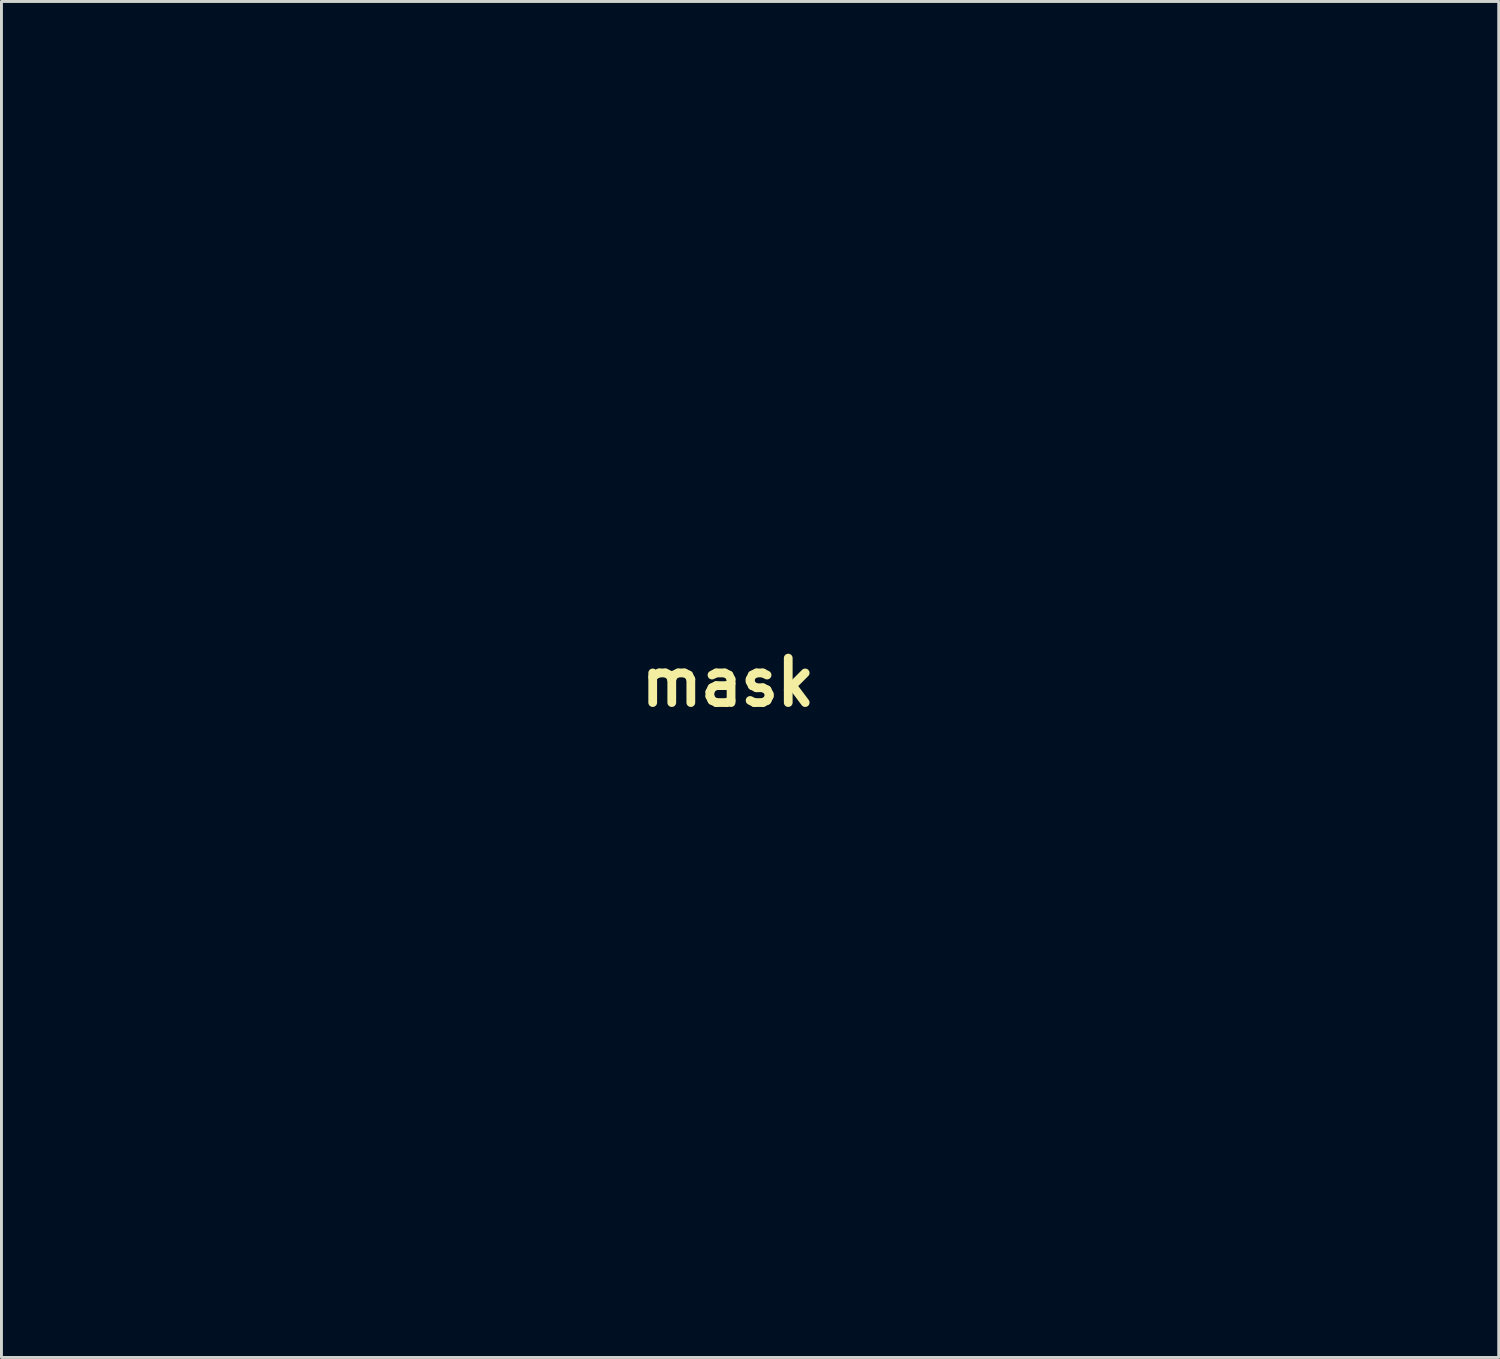
<source format=kicad_pcb>
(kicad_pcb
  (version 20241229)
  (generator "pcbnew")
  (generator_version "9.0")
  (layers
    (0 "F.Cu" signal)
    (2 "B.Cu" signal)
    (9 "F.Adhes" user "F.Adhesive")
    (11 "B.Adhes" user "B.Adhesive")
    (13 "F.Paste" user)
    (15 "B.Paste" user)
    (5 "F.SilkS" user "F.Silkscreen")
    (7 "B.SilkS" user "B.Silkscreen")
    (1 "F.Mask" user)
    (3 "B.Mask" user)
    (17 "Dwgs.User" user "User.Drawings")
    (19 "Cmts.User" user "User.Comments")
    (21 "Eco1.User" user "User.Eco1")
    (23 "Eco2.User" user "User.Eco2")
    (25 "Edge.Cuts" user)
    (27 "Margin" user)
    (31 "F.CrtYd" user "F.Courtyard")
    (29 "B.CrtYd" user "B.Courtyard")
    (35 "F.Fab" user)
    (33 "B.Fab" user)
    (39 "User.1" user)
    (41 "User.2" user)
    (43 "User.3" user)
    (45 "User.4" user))
  (footprint "mask"
    (layer "F.Cu")
    (at 21.897 20.34)
    (property "Reference" "mask" (at 0 0 0) (layer "F.SilkS") (effects (font (size 1.524 1.524) (thickness 0.3))))
    (attr board_only exclude_from_pos_files exclude_from_bom)
    (fp_poly (pts (xy -21.492 -5.749) (xy -21.347 -5.658) (xy -21.25 -5.483) (xy -21.204 -5.229) (xy -21.2 -5.113) (xy -21.209 -4.92) (xy -21.24 -4.795) (xy -21.3 -4.709) (xy -21.445 -4.622) (xy -21.6 -4.631) (xy -21.751 -4.735) (xy -21.752 -4.736) (xy -21.837 -4.878) (xy -21.885 -5.063) (xy -21.897 -5.266) (xy -21.875 -5.461) (xy -21.821 -5.624) (xy -21.737 -5.73) (xy -21.682 -5.753)) (stroke (width 0) (type solid)) (fill yes) (layer "F.Mask"))
    (fp_poly (pts (xy -16.52 18.979) (xy -16.391 19.085) (xy -16.287 19.227) (xy -16.255 19.301) (xy -16.191 19.571) (xy -16.182 19.802) (xy -16.225 19.98) (xy -16.319 20.089) (xy -16.369 20.11) (xy -16.496 20.134) (xy -16.595 20.116) (xy -16.711 20.053) (xy -16.842 19.941) (xy -16.913 19.794) (xy -16.931 19.592) (xy -16.907 19.359) (xy -16.864 19.146) (xy -16.811 19.017) (xy -16.735 18.953) (xy -16.644 18.938)) (stroke (width 0) (type solid)) (fill yes) (layer "F.Mask"))
    (fp_poly (pts (xy 10.593 18.809) (xy 10.679 18.844) (xy 10.822 18.946) (xy 10.907 19.097) (xy 10.939 19.313) (xy 10.937 19.477) (xy 10.914 19.688) (xy 10.87 19.824) (xy 10.823 19.887) (xy 10.655 19.993) (xy 10.471 20.014) (xy 10.351 19.976) (xy 10.204 19.848) (xy 10.121 19.646) (xy 10.101 19.429) (xy 10.12 19.181) (xy 10.186 19.007) (xy 10.307 18.889) (xy 10.367 18.856) (xy 10.495 18.806)) (stroke (width 0) (type solid)) (fill yes) (layer "F.Mask"))
    (fp_poly (pts (xy 8.892 -14.353) (xy 8.954 -14.315) (xy 9.109 -14.179) (xy 9.211 -14.005) (xy 9.27 -13.772) (xy 9.291 -13.562) (xy 9.283 -13.263) (xy 9.226 -13.006) (xy 9.129 -12.801) (xy 9 -12.658) (xy 8.849 -12.586) (xy 8.682 -12.595) (xy 8.535 -12.676) (xy 8.379 -12.856) (xy 8.272 -13.096) (xy 8.215 -13.37) (xy 8.21 -13.653) (xy 8.258 -13.92) (xy 8.36 -14.144) (xy 8.443 -14.243) (xy 8.603 -14.365) (xy 8.744 -14.4)) (stroke (width 0) (type solid)) (fill yes) (layer "F.Mask"))
    (fp_poly (pts (xy 20.698 16.066) (xy 20.802 16.108) (xy 20.959 16.242) (xy 21.08 16.448) (xy 21.157 16.705) (xy 21.186 16.988) (xy 21.16 17.276) (xy 21.133 17.389) (xy 21.012 17.671) (xy 20.842 17.876) (xy 20.634 17.998) (xy 20.396 18.032) (xy 20.14 17.972) (xy 20.123 17.965) (xy 19.91 17.821) (xy 19.752 17.614) (xy 19.652 17.361) (xy 19.609 17.084) (xy 19.626 16.803) (xy 19.703 16.536) (xy 19.841 16.304) (xy 20.015 16.144) (xy 20.218 16.058) (xy 20.46 16.032)) (stroke (width 0) (type solid)) (fill yes) (layer "F.Mask"))
    (fp_poly (pts (xy 19.112 -9.767) (xy 19.319 -9.639) (xy 19.471 -9.443) (xy 19.481 -9.424) (xy 19.525 -9.261) (xy 19.544 -9.038) (xy 19.539 -8.788) (xy 19.511 -8.546) (xy 19.463 -8.348) (xy 19.436 -8.286) (xy 19.283 -8.089) (xy 19.079 -7.972) (xy 18.844 -7.939) (xy 18.594 -7.998) (xy 18.566 -8.011) (xy 18.351 -8.161) (xy 18.193 -8.372) (xy 18.092 -8.624) (xy 18.05 -8.895) (xy 18.071 -9.165) (xy 18.156 -9.414) (xy 18.308 -9.62) (xy 18.392 -9.689) (xy 18.626 -9.797) (xy 18.874 -9.822)) (stroke (width 0) (type solid)) (fill yes) (layer "F.Mask"))
    (fp_poly (pts (xy 14.353 17.681) (xy 14.475 17.75) (xy 14.606 17.879) (xy 14.756 18.092) (xy 14.852 18.342) (xy 14.903 18.652) (xy 14.913 18.837) (xy 14.908 19.15) (xy 14.869 19.39) (xy 14.789 19.581) (xy 14.69 19.717) (xy 14.461 19.918) (xy 14.213 20.024) (xy 13.953 20.034) (xy 13.711 19.956) (xy 13.502 19.798) (xy 13.353 19.56) (xy 13.264 19.241) (xy 13.234 18.842) (xy 13.234 18.837) (xy 13.267 18.48) (xy 13.364 18.174) (xy 13.514 17.929) (xy 13.712 17.755) (xy 13.951 17.659) (xy 14.196 17.649)) (stroke (width 0) (type solid)) (fill yes) (layer "F.Mask"))
    (fp_poly (pts (xy 3.327 4.851) (xy 3.336 5.668) (xy 3.369 6.401) (xy 3.424 7.064) (xy 3.505 7.672) (xy 3.612 8.237) (xy 3.647 8.391) (xy 3.695 8.624) (xy 3.71 8.775) (xy 3.691 8.853) (xy 3.69 8.855) (xy 3.595 8.901) (xy 3.436 8.912) (xy 3.244 8.889) (xy 3.08 8.843) (xy 2.907 8.765) (xy 2.784 8.66) (xy 2.691 8.505) (xy 2.609 8.277) (xy 2.598 8.239) (xy 2.503 7.891) (xy 2.43 7.564) (xy 2.372 7.225) (xy 2.324 6.843) (xy 2.291 6.513) (xy 2.25 5.98) (xy 2.232 5.532) (xy 2.24 5.156) (xy 2.275 4.84) (xy 2.337 4.569) (xy 2.428 4.332) (xy 2.539 4.133) (xy 2.678 3.948) (xy 2.858 3.757) (xy 3.045 3.591) (xy 3.202 3.483) (xy 3.328 3.415)) (stroke (width 0) (type solid)) (fill yes) (layer "F.Mask"))
    (fp_poly (pts (xy 12.211 -14.115) (xy 12.385 -14.084) (xy 12.522 -14.014) (xy 12.651 -13.902) (xy 12.757 -13.791) (xy 12.825 -13.709) (xy 12.839 -13.682) (xy 12.853 -13.619) (xy 12.892 -13.511) (xy 12.933 -13.336) (xy 12.948 -13.1) (xy 12.936 -12.84) (xy 12.9 -12.59) (xy 12.873 -12.484) (xy 12.753 -12.218) (xy 12.606 -12.024) (xy 12.481 -11.904) (xy 12.377 -11.844) (xy 12.252 -11.824) (xy 12.19 -11.823) (xy 11.929 -11.868) (xy 11.795 -11.936) (xy 11.667 -12.052) (xy 11.546 -12.21) (xy 11.509 -12.275) (xy 11.452 -12.396) (xy 11.42 -12.512) (xy 11.407 -12.651) (xy 11.41 -12.846) (xy 11.415 -12.95) (xy 11.45 -13.308) (xy 11.52 -13.587) (xy 11.631 -13.807) (xy 11.788 -13.982) (xy 11.91 -14.078) (xy 12.017 -14.119) (xy 12.158 -14.12)) (stroke (width 0) (type solid)) (fill yes) (layer "F.Mask"))
    (fp_poly (pts (xy 1.476 5.398) (xy 1.493 5.532) (xy 1.501 5.713) (xy 1.501 5.752) (xy 1.509 5.976) (xy 1.532 6.276) (xy 1.566 6.628) (xy 1.609 7.01) (xy 1.657 7.399) (xy 1.709 7.772) (xy 1.761 8.106) (xy 1.81 8.378) (xy 1.827 8.454) (xy 1.837 8.522) (xy 1.821 8.553) (xy 1.763 8.545) (xy 1.65 8.495) (xy 1.465 8.401) (xy 1.425 8.379) (xy 1.226 8.253) (xy 0.995 8.073) (xy 0.752 7.86) (xy 0.52 7.634) (xy 0.319 7.414) (xy 0.171 7.222) (xy 0.128 7.152) (xy 0.075 7.027) (xy 0.066 6.912) (xy 0.107 6.79) (xy 0.207 6.644) (xy 0.372 6.456) (xy 0.462 6.362) (xy 0.658 6.155) (xy 0.869 5.926) (xy 1.058 5.715) (xy 1.117 5.648) (xy 1.251 5.501) (xy 1.364 5.393) (xy 1.438 5.34) (xy 1.454 5.338)) (stroke (width 0) (type solid)) (fill yes) (layer "F.Mask"))
    (fp_poly (pts (xy -12.565 7.672) (xy -12.56 7.676) (xy -12.443 7.745) (xy -12.279 7.839) (xy -12.14 7.918) (xy -11.824 8.118) (xy -11.586 8.319) (xy -11.435 8.514) (xy -11.397 8.6) (xy -11.359 8.842) (xy -11.377 9.137) (xy -11.445 9.461) (xy -11.558 9.789) (xy -11.71 10.097) (xy -11.757 10.173) (xy -11.873 10.334) (xy -11.965 10.406) (xy -12.044 10.395) (xy -12.123 10.305) (xy -12.123 10.305) (xy -12.171 10.211) (xy -12.235 10.062) (xy -12.301 9.893) (xy -12.356 9.738) (xy -12.386 9.632) (xy -12.388 9.619) (xy -12.398 9.558) (xy -12.419 9.437) (xy -12.427 9.393) (xy -12.454 9.246) (xy -12.474 9.134) (xy -12.477 9.118) (xy -12.496 9.031) (xy -12.531 8.883) (xy -12.566 8.742) (xy -12.619 8.514) (xy -12.666 8.274) (xy -12.703 8.044) (xy -12.729 7.845) (xy -12.739 7.7) (xy -12.73 7.629) (xy -12.729 7.628) (xy -12.667 7.627)) (stroke (width 0) (type solid)) (fill yes) (layer "F.Mask"))
    (fp_poly (pts (xy 5.189 1.817) (xy 5.191 1.987) (xy 5.186 2.226) (xy 5.176 2.505) (xy 5.161 2.793) (xy 5.159 2.831) (xy 5.145 3.091) (xy 5.133 3.426) (xy 5.122 3.809) (xy 5.113 4.214) (xy 5.107 4.616) (xy 5.106 4.765) (xy 5.117 5.646) (xy 5.163 6.454) (xy 5.243 7.183) (xy 5.358 7.827) (xy 5.404 8.024) (xy 5.449 8.212) (xy 5.483 8.364) (xy 5.499 8.453) (xy 5.5 8.461) (xy 5.456 8.516) (xy 5.342 8.584) (xy 5.185 8.653) (xy 5.012 8.713) (xy 4.849 8.751) (xy 4.818 8.755) (xy 4.683 8.764) (xy 4.607 8.736) (xy 4.551 8.65) (xy 4.532 8.61) (xy 4.448 8.408) (xy 4.375 8.183) (xy 4.314 7.926) (xy 4.263 7.629) (xy 4.221 7.282) (xy 4.187 6.877) (xy 4.16 6.405) (xy 4.139 5.856) (xy 4.123 5.223) (xy 4.115 4.726) (xy 4.086 2.664) (xy 4.197 2.485) (xy 4.278 2.379) (xy 4.415 2.228) (xy 4.586 2.054) (xy 4.741 1.906) (xy 5.175 1.505)) (stroke (width 0) (type solid)) (fill yes) (layer "F.Mask"))
    (fp_poly (pts (xy -14.367 6.394) (xy -14.193 6.478) (xy -14.014 6.594) (xy -13.887 6.701) (xy -13.788 6.807) (xy -13.705 6.921) (xy -13.636 7.055) (xy -13.577 7.221) (xy -13.526 7.432) (xy -13.478 7.699) (xy -13.431 8.034) (xy -13.382 8.45) (xy -13.351 8.735) (xy -13.294 9.086) (xy -13.19 9.509) (xy -13.039 10.006) (xy -12.838 10.584) (xy -12.745 10.833) (xy -12.684 11.021) (xy -12.679 11.149) (xy -12.743 11.245) (xy -12.884 11.338) (xy -12.957 11.376) (xy -13.125 11.45) (xy -13.24 11.463) (xy -13.329 11.411) (xy -13.391 11.335) (xy -13.463 11.21) (xy -13.552 11.026) (xy -13.643 10.817) (xy -13.72 10.619) (xy -13.768 10.467) (xy -13.773 10.447) (xy -13.799 10.341) (xy -13.843 10.184) (xy -13.869 10.095) (xy -13.917 9.924) (xy -13.954 9.772) (xy -13.965 9.719) (xy -13.991 9.591) (xy -14.012 9.519) (xy -14.129 9.14) (xy -14.237 8.666) (xy -14.336 8.102) (xy -14.425 7.454) (xy -14.474 7.014) (xy -14.496 6.816) (xy -14.52 6.626) (xy -14.531 6.55) (xy -14.538 6.414) (xy -14.506 6.363) (xy -14.503 6.363)) (stroke (width 0) (type solid)) (fill yes) (layer "F.Mask"))
    (fp_poly (pts (xy -15.866 5.206) (xy -15.693 5.312) (xy -15.623 5.369) (xy -15.517 5.468) (xy -15.434 5.565) (xy -15.371 5.674) (xy -15.325 5.81) (xy -15.291 5.989) (xy -15.265 6.224) (xy -15.244 6.532) (xy -15.225 6.871) (xy -15.197 7.297) (xy -15.154 7.726) (xy -15.093 8.184) (xy -15.01 8.693) (xy -14.919 9.193) (xy -14.881 9.363) (xy -14.818 9.598) (xy -14.737 9.879) (xy -14.644 10.185) (xy -14.547 10.497) (xy -14.45 10.795) (xy -14.36 11.058) (xy -14.284 11.267) (xy -14.227 11.401) (xy -14.223 11.41) (xy -14.183 11.526) (xy -14.184 11.604) (xy -14.25 11.65) (xy -14.382 11.668) (xy -14.55 11.656) (xy -14.723 11.613) (xy -14.725 11.613) (xy -14.867 11.548) (xy -14.98 11.454) (xy -15.078 11.314) (xy -15.171 11.111) (xy -15.272 10.827) (xy -15.272 10.827) (xy -15.513 10.025) (xy -15.731 9.16) (xy -15.918 8.267) (xy -16.067 7.382) (xy -16.101 7.139) (xy -16.136 6.819) (xy -16.162 6.488) (xy -16.178 6.162) (xy -16.183 5.858) (xy -16.178 5.593) (xy -16.163 5.383) (xy -16.137 5.247) (xy -16.116 5.206) (xy -16.013 5.169)) (stroke (width 0) (type solid)) (fill yes) (layer "F.Mask"))
    (fp_poly (pts (xy 6.223 1.694) (xy 6.349 1.825) (xy 6.488 2.005) (xy 6.629 2.22) (xy 6.761 2.457) (xy 6.798 2.53) (xy 6.929 2.812) (xy 7.025 3.045) (xy 7.084 3.215) (xy 7.099 3.312) (xy 7.097 3.319) (xy 7.11 3.369) (xy 7.146 3.471) (xy 7.193 3.616) (xy 7.23 3.786) (xy 7.261 4.01) (xy 7.278 4.158) (xy 7.301 4.39) (xy 7.315 4.587) (xy 7.32 4.769) (xy 7.315 4.959) (xy 7.299 5.179) (xy 7.272 5.452) (xy 7.232 5.8) (xy 7.227 5.847) (xy 7.15 6.223) (xy 7.01 6.638) (xy 6.818 7.064) (xy 6.587 7.475) (xy 6.343 7.823) (xy 6.211 7.991) (xy 6.158 7.79) (xy 6.076 7.422) (xy 6.006 6.996) (xy 5.954 6.554) (xy 5.929 6.212) (xy 5.904 5.69) (xy 5.884 5.252) (xy 5.871 4.88) (xy 5.863 4.56) (xy 5.861 4.273) (xy 5.864 4.004) (xy 5.873 3.736) (xy 5.888 3.453) (xy 5.908 3.138) (xy 5.924 2.906) (xy 5.95 2.564) (xy 5.977 2.255) (xy 6.003 1.993) (xy 6.026 1.792) (xy 6.045 1.666) (xy 6.056 1.631) (xy 6.122 1.625)) (stroke (width 0) (type solid)) (fill yes) (layer "F.Mask"))
    (fp_poly (pts (xy -16.986 4.503) (xy -16.967 4.572) (xy -16.951 4.735) (xy -16.938 4.985) (xy -16.928 5.316) (xy -16.922 5.721) (xy -16.922 5.722) (xy -16.918 6.069) (xy -16.911 6.394) (xy -16.902 6.682) (xy -16.892 6.913) (xy -16.882 7.07) (xy -16.877 7.114) (xy -16.859 7.24) (xy -16.829 7.442) (xy -16.792 7.699) (xy -16.751 7.989) (xy -16.722 8.191) (xy -16.671 8.547) (xy -16.631 8.82) (xy -16.599 9.026) (xy -16.573 9.183) (xy -16.549 9.307) (xy -16.524 9.414) (xy -16.496 9.522) (xy -16.468 9.619) (xy -16.422 9.784) (xy -16.387 9.917) (xy -16.374 9.97) (xy -16.352 10.048) (xy -16.306 10.196) (xy -16.244 10.39) (xy -16.203 10.516) (xy -16.139 10.716) (xy -16.092 10.879) (xy -16.068 10.981) (xy -16.067 11.005) (xy -16.114 10.989) (xy -16.222 10.928) (xy -16.368 10.835) (xy -16.392 10.819) (xy -16.733 10.548) (xy -17.03 10.217) (xy -17.296 9.809) (xy -17.385 9.644) (xy -17.48 9.456) (xy -17.554 9.307) (xy -17.596 9.214) (xy -17.602 9.193) (xy -17.612 9.152) (xy -17.654 9.047) (xy -17.696 8.952) (xy -17.841 8.536) (xy -17.936 8.058) (xy -17.98 7.539) (xy -17.973 7.005) (xy -17.916 6.477) (xy -17.808 5.979) (xy -17.677 5.598) (xy -17.627 5.471) (xy -17.598 5.385) (xy -17.596 5.373) (xy -17.572 5.313) (xy -17.514 5.19) (xy -17.431 5.029) (xy -17.418 5.004) (xy -17.268 4.738) (xy -17.144 4.567) (xy -17.048 4.491)) (stroke (width 0) (type solid)) (fill yes) (layer "F.Mask"))
    (fp_poly (pts (xy -15.579 -16.273) (xy -15.587 -16.107) (xy -15.613 -15.843) (xy -15.657 -15.48) (xy -15.718 -15.019) (xy -15.767 -14.67) (xy -15.843 -14.128) (xy -15.906 -13.667) (xy -15.959 -13.271) (xy -16.003 -12.922) (xy -16.04 -12.601) (xy -16.074 -12.293) (xy -16.105 -11.98) (xy -16.125 -11.769) (xy -16.138 -11.576) (xy -16.148 -11.317) (xy -16.154 -11.014) (xy -16.158 -10.689) (xy -16.158 -10.361) (xy -16.155 -10.053) (xy -16.148 -9.785) (xy -16.138 -9.578) (xy -16.128 -9.465) (xy -16.019 -9.005) (xy -15.846 -8.597) (xy -15.616 -8.252) (xy -15.381 -8.02) (xy -15.208 -7.895) (xy -15.019 -7.786) (xy -14.799 -7.689) (xy -14.535 -7.597) (xy -14.21 -7.506) (xy -13.811 -7.41) (xy -13.479 -7.338) (xy -13.271 -7.289) (xy -13.126 -7.238) (xy -13.008 -7.164) (xy -12.881 -7.05) (xy -12.826 -6.996) (xy -12.493 -6.594) (xy -12.246 -6.141) (xy -12.086 -5.641) (xy -12.013 -5.094) (xy -12.027 -4.503) (xy -12.072 -4.164) (xy -12.151 -3.778) (xy -12.261 -3.38) (xy -12.392 -2.987) (xy -12.539 -2.621) (xy -12.692 -2.3) (xy -12.845 -2.044) (xy -12.96 -1.9) (xy -13.083 -1.783) (xy -13.186 -1.725) (xy -13.312 -1.707) (xy -13.387 -1.706) (xy -13.53 -1.721) (xy -13.739 -1.759) (xy -13.987 -1.815) (xy -14.226 -1.877) (xy -15.082 -2.148) (xy -15.846 -2.459) (xy -16.521 -2.811) (xy -17.108 -3.205) (xy -17.608 -3.641) (xy -18.023 -4.121) (xy -18.353 -4.645) (xy -18.432 -4.805) (xy -18.635 -5.296) (xy -18.779 -5.796) (xy -18.868 -6.327) (xy -18.908 -6.915) (xy -18.912 -7.189) (xy -18.89 -7.774) (xy -18.828 -8.377) (xy -18.722 -9.002) (xy -18.571 -9.657) (xy -18.372 -10.347) (xy -18.124 -11.079) (xy -17.824 -11.858) (xy -17.471 -12.69) (xy -17.062 -13.582) (xy -16.595 -14.54) (xy -16.069 -15.569) (xy -15.988 -15.722) (xy -15.83 -16.015) (xy -15.71 -16.215) (xy -15.629 -16.323) (xy -15.588 -16.34)) (stroke (width 0) (type solid)) (fill yes) (layer "F.Mask"))
    (fp_poly (pts (xy -18.322 3.442) (xy -18.131 3.535) (xy -17.945 3.663) (xy -17.798 3.806) (xy -17.75 3.875) (xy -17.723 3.931) (xy -17.713 3.989) (xy -17.728 4.065) (xy -17.771 4.175) (xy -17.848 4.336) (xy -17.966 4.564) (xy -18.008 4.647) (xy -18.335 5.348) (xy -18.566 6.027) (xy -18.705 6.692) (xy -18.751 7.35) (xy -18.705 8.011) (xy -18.568 8.682) (xy -18.469 9.018) (xy -18.225 9.616) (xy -17.897 10.192) (xy -17.498 10.73) (xy -17.039 11.218) (xy -16.533 11.641) (xy -15.993 11.986) (xy -15.75 12.108) (xy -15.373 12.265) (xy -15.031 12.368) (xy -14.681 12.426) (xy -14.284 12.447) (xy -14.2 12.448) (xy -13.758 12.43) (xy -13.377 12.367) (xy -13.023 12.251) (xy -12.663 12.073) (xy -12.602 12.038) (xy -12.328 11.849) (xy -12.034 11.598) (xy -11.745 11.311) (xy -11.489 11.014) (xy -11.352 10.827) (xy -11.214 10.605) (xy -11.075 10.354) (xy -10.944 10.094) (xy -10.833 9.847) (xy -10.75 9.634) (xy -10.705 9.476) (xy -10.7 9.429) (xy -10.675 9.303) (xy -10.615 9.188) (xy -10.541 9.122) (xy -10.52 9.118) (xy -10.424 9.145) (xy -10.291 9.211) (xy -10.161 9.292) (xy -10.082 9.359) (xy -10.002 9.504) (xy -9.981 9.698) (xy -10.019 9.954) (xy -10.062 10.114) (xy -10.3 10.758) (xy -10.613 11.341) (xy -10.994 11.86) (xy -11.44 12.308) (xy -11.946 12.682) (xy -12.506 12.976) (xy -13.115 13.185) (xy -13.172 13.2) (xy -13.429 13.246) (xy -13.757 13.278) (xy -14.13 13.297) (xy -14.52 13.299) (xy -14.899 13.285) (xy -15.082 13.271) (xy -15.703 13.164) (xy -16.304 12.963) (xy -16.88 12.675) (xy -17.425 12.304) (xy -17.932 11.857) (xy -18.394 11.339) (xy -18.805 10.757) (xy -19.16 10.115) (xy -19.45 9.421) (xy -19.497 9.286) (xy -19.718 8.482) (xy -19.843 7.683) (xy -19.873 6.893) (xy -19.808 6.119) (xy -19.648 5.365) (xy -19.394 4.637) (xy -19.254 4.331) (xy -19.086 4) (xy -18.942 3.754) (xy -18.816 3.581) (xy -18.699 3.473) (xy -18.582 3.418) (xy -18.485 3.407)) (stroke (width 0) (type solid)) (fill yes) (layer "F.Mask"))
    (fp_poly (pts (xy -6.095 -20.335) (xy -6.077 -20.315) (xy -6.065 -20.271) (xy -6.06 -20.194) (xy -6.062 -20.075) (xy -6.072 -19.905) (xy -6.091 -19.676) (xy -6.118 -19.379) (xy -6.154 -19.004) (xy -6.2 -18.543) (xy -6.228 -18.261) (xy -6.269 -17.856) (xy -6.311 -17.422) (xy -6.352 -16.988) (xy -6.389 -16.586) (xy -6.419 -16.247) (xy -6.424 -16.182) (xy -6.449 -15.829) (xy -6.469 -15.437) (xy -6.484 -15.021) (xy -6.494 -14.598) (xy -6.498 -14.183) (xy -6.496 -13.795) (xy -6.489 -13.448) (xy -6.476 -13.159) (xy -6.457 -12.945) (xy -6.444 -12.865) (xy -6.32 -12.478) (xy -6.122 -12.096) (xy -5.866 -11.742) (xy -5.569 -11.437) (xy -5.247 -11.202) (xy -5.119 -11.135) (xy -4.935 -11.058) (xy -4.77 -11.017) (xy -4.577 -11.003) (xy -4.45 -11.004) (xy -4.23 -11.012) (xy -4.017 -11.028) (xy -3.861 -11.047) (xy -3.643 -11.055) (xy -3.451 -10.993) (xy -3.262 -10.852) (xy -3.147 -10.731) (xy -2.886 -10.376) (xy -2.648 -9.937) (xy -2.439 -9.427) (xy -2.264 -8.86) (xy -2.194 -8.567) (xy -2.124 -8.16) (xy -2.082 -7.714) (xy -2.068 -7.257) (xy -2.082 -6.815) (xy -2.123 -6.416) (xy -2.191 -6.089) (xy -2.306 -5.752) (xy -2.454 -5.419) (xy -2.622 -5.107) (xy -2.801 -4.836) (xy -2.978 -4.623) (xy -3.144 -4.487) (xy -3.162 -4.477) (xy -3.293 -4.434) (xy -3.49 -4.4) (xy -3.719 -4.378) (xy -3.947 -4.368) (xy -4.139 -4.376) (xy -4.225 -4.39) (xy -4.32 -4.413) (xy -4.48 -4.454) (xy -4.675 -4.503) (xy -4.716 -4.513) (xy -5.178 -4.652) (xy -5.699 -4.848) (xy -6.26 -5.095) (xy -6.575 -5.247) (xy -6.98 -5.454) (xy -7.309 -5.635) (xy -7.579 -5.8) (xy -7.806 -5.961) (xy -8.007 -6.128) (xy -8.179 -6.292) (xy -8.63 -6.814) (xy -8.998 -7.388) (xy -9.284 -8.015) (xy -9.488 -8.695) (xy -9.611 -9.429) (xy -9.651 -10.219) (xy -9.61 -11.064) (xy -9.487 -11.966) (xy -9.282 -12.925) (xy -9.156 -13.401) (xy -8.991 -13.96) (xy -8.806 -14.525) (xy -8.597 -15.108) (xy -8.359 -15.719) (xy -8.089 -16.367) (xy -7.781 -17.063) (xy -7.433 -17.817) (xy -7.039 -18.64) (xy -6.74 -19.25) (xy -6.546 -19.638) (xy -6.389 -19.937) (xy -6.269 -20.151) (xy -6.182 -20.284) (xy -6.128 -20.338) (xy -6.12 -20.34)) (stroke (width 0) (type solid)) (fill yes) (layer "F.Mask"))
    (fp_poly (pts (xy 7.364 -0.61) (xy 7.49 -0.495) (xy 7.649 -0.317) (xy 7.833 -0.09) (xy 8.033 0.175) (xy 8.239 0.466) (xy 8.444 0.77) (xy 8.639 1.075) (xy 8.815 1.37) (xy 8.963 1.642) (xy 9.033 1.787) (xy 9.315 2.465) (xy 9.521 3.13) (xy 9.659 3.808) (xy 9.733 4.524) (xy 9.75 5.132) (xy 9.716 5.879) (xy 9.61 6.568) (xy 9.427 7.219) (xy 9.162 7.849) (xy 8.808 8.477) (xy 8.685 8.667) (xy 8.491 8.925) (xy 8.237 9.217) (xy 7.946 9.522) (xy 7.64 9.817) (xy 7.342 10.08) (xy 7.073 10.287) (xy 7.05 10.303) (xy 6.437 10.672) (xy 5.787 10.971) (xy 5.115 11.196) (xy 4.436 11.342) (xy 3.766 11.406) (xy 3.12 11.383) (xy 3.042 11.374) (xy 2.343 11.235) (xy 1.658 10.999) (xy 0.995 10.669) (xy 0.369 10.255) (xy 0.082 10.025) (xy -0.206 9.769) (xy -0.483 9.501) (xy -0.736 9.232) (xy -0.953 8.978) (xy -1.123 8.75) (xy -1.233 8.562) (xy -1.264 8.476) (xy -1.266 8.317) (xy -1.218 8.116) (xy -1.132 7.907) (xy -1.022 7.726) (xy -0.993 7.689) (xy -0.839 7.562) (xy -0.682 7.513) (xy -0.542 7.546) (xy -0.478 7.602) (xy -0.246 7.888) (xy -0.056 8.11) (xy 0.106 8.288) (xy 0.258 8.438) (xy 0.415 8.577) (xy 0.423 8.585) (xy 0.938 8.968) (xy 1.489 9.272) (xy 2.094 9.504) (xy 2.461 9.606) (xy 2.777 9.66) (xy 3.158 9.691) (xy 3.573 9.698) (xy 3.99 9.683) (xy 4.377 9.646) (xy 4.704 9.586) (xy 4.745 9.576) (xy 5.385 9.357) (xy 5.961 9.063) (xy 6.474 8.691) (xy 6.834 8.346) (xy 7.1 8.039) (xy 7.321 7.735) (xy 7.503 7.418) (xy 7.652 7.071) (xy 7.776 6.679) (xy 7.88 6.225) (xy 7.973 5.692) (xy 8.003 5.488) (xy 8.046 5.172) (xy 8.074 4.929) (xy 8.088 4.731) (xy 8.088 4.552) (xy 8.077 4.364) (xy 8.057 4.163) (xy 8.021 3.889) (xy 7.974 3.605) (xy 7.922 3.353) (xy 7.897 3.254) (xy 7.778 2.898) (xy 7.603 2.493) (xy 7.386 2.064) (xy 7.139 1.637) (xy 6.972 1.378) (xy 6.76 1.053) (xy 6.586 0.769) (xy 6.456 0.536) (xy 6.375 0.362) (xy 6.35 0.264) (xy 6.386 0.187) (xy 6.48 0.064) (xy 6.616 -0.087) (xy 6.776 -0.249) (xy 6.94 -0.404) (xy 7.092 -0.535) (xy 7.213 -0.623) (xy 7.28 -0.651)) (stroke (width 0) (type solid)) (fill yes) (layer "F.Mask"))
    (fp_poly (pts (xy 18.663 -5.72) (xy 18.811 -5.682) (xy 18.929 -5.644) (xy 18.995 -5.63) (xy 19 -5.632) (xy 19.039 -5.622) (xy 19.14 -5.572) (xy 19.281 -5.495) (xy 19.439 -5.403) (xy 19.59 -5.31) (xy 19.679 -5.253) (xy 19.815 -5.148) (xy 19.972 -5.009) (xy 20.135 -4.852) (xy 20.288 -4.693) (xy 20.415 -4.549) (xy 20.501 -4.435) (xy 20.53 -4.369) (xy 20.528 -4.364) (xy 20.444 -4.319) (xy 20.278 -4.314) (xy 20.039 -4.349) (xy 19.951 -4.368) (xy 19.666 -4.397) (xy 19.337 -4.371) (xy 19.001 -4.297) (xy 18.694 -4.183) (xy 18.55 -4.105) (xy 18.442 -4.046) (xy 18.368 -4.011) (xy 18.293 -3.959) (xy 18.172 -3.856) (xy 18.023 -3.718) (xy 17.863 -3.562) (xy 17.708 -3.406) (xy 17.576 -3.266) (xy 17.485 -3.159) (xy 17.45 -3.102) (xy 17.45 -3.101) (xy 17.423 -3.038) (xy 17.354 -2.922) (xy 17.278 -2.81) (xy 17.191 -2.677) (xy 17.138 -2.579) (xy 17.129 -2.542) (xy 17.116 -2.497) (xy 17.076 -2.456) (xy 17.013 -2.382) (xy 17 -2.346) (xy 16.981 -2.275) (xy 16.934 -2.15) (xy 16.907 -2.089) (xy 16.822 -1.892) (xy 16.756 -1.735) (xy 16.725 -1.653) (xy 16.7 -1.591) (xy 16.679 -1.544) (xy 16.639 -1.435) (xy 16.629 -1.394) (xy 16.599 -1.286) (xy 16.587 -1.252) (xy 16.562 -1.171) (xy 16.523 -1.033) (xy 16.48 -0.877) (xy 16.444 -0.738) (xy 16.424 -0.655) (xy 16.423 -0.651) (xy 16.411 -0.589) (xy 16.386 -0.476) (xy 16.352 -0.314) (xy 16.324 -0.155) (xy 16.3 -0.031) (xy 16.279 0.043) (xy 16.278 0.046) (xy 16.262 0.108) (xy 16.24 0.237) (xy 16.226 0.346) (xy 16.203 0.515) (xy 16.183 0.652) (xy 16.175 0.702) (xy 16.165 0.786) (xy 16.153 0.945) (xy 16.139 1.154) (xy 16.129 1.333) (xy 16.115 1.593) (xy 16.099 1.889) (xy 16.081 2.197) (xy 16.064 2.496) (xy 16.049 2.761) (xy 16.036 2.969) (xy 16.029 3.09) (xy 15.973 3.246) (xy 15.844 3.355) (xy 15.689 3.397) (xy 15.532 3.411) (xy 15.345 3.43) (xy 15.3 3.436) (xy 15.13 3.456) (xy 14.982 3.474) (xy 14.949 3.478) (xy 14.805 3.474) (xy 14.717 3.453) (xy 14.634 3.415) (xy 14.576 3.36) (xy 14.533 3.269) (xy 14.498 3.121) (xy 14.463 2.898) (xy 14.454 2.831) (xy 14.439 2.661) (xy 14.429 2.419) (xy 14.425 2.131) (xy 14.426 1.824) (xy 14.432 1.522) (xy 14.442 1.253) (xy 14.457 1.042) (xy 14.468 0.952) (xy 14.493 0.789) (xy 14.518 0.596) (xy 14.525 0.539) (xy 14.546 0.395) (xy 14.583 0.182) (xy 14.631 -0.07) (xy 14.68 -0.313) (xy 14.74 -0.606) (xy 14.784 -0.817) (xy 14.814 -0.962) (xy 14.835 -1.056) (xy 14.85 -1.117) (xy 14.862 -1.159) (xy 14.874 -1.2) (xy 14.875 -1.202) (xy 14.911 -1.334) (xy 14.923 -1.386) (xy 14.954 -1.506) (xy 15.01 -1.694) (xy 15.083 -1.923) (xy 15.164 -2.167) (xy 15.243 -2.398) (xy 15.313 -2.59) (xy 15.359 -2.705) (xy 15.577 -3.193) (xy 15.771 -3.6) (xy 15.949 -3.94) (xy 16.12 -4.228) (xy 16.292 -4.476) (xy 16.473 -4.7) (xy 16.593 -4.832) (xy 16.867 -5.111) (xy 17.103 -5.321) (xy 17.32 -5.475) (xy 17.537 -5.588) (xy 17.774 -5.672) (xy 17.843 -5.691) (xy 18.107 -5.736) (xy 18.395 -5.745)) (stroke (width 0) (type solid)) (fill yes) (layer "F.Mask"))
    (fp_poly (pts (xy 20.091 -3.506) (xy 20.213 -3.474) (xy 20.342 -3.432) (xy 20.428 -3.405) (xy 20.438 -3.402) (xy 20.607 -3.338) (xy 20.807 -3.212) (xy 21.045 -3.018) (xy 21.331 -2.749) (xy 21.363 -2.718) (xy 21.52 -2.556) (xy 21.647 -2.417) (xy 21.728 -2.316) (xy 21.75 -2.275) (xy 21.785 -2.196) (xy 21.822 -2.157) (xy 21.894 -2.068) (xy 21.994 -1.904) (xy 22.114 -1.685) (xy 22.243 -1.429) (xy 22.374 -1.154) (xy 22.495 -0.88) (xy 22.6 -0.624) (xy 22.671 -0.426) (xy 22.724 -0.268) (xy 22.768 -0.142) (xy 22.784 -0.1) (xy 22.819 -0.003) (xy 22.827 0.025) (xy 22.845 0.092) (xy 22.885 0.232) (xy 22.938 0.422) (xy 22.975 0.551) (xy 23.035 0.77) (xy 23.087 0.965) (xy 23.122 1.107) (xy 23.131 1.152) (xy 23.158 1.298) (xy 23.186 1.428) (xy 23.211 1.541) (xy 23.225 1.603) (xy 23.235 1.663) (xy 23.255 1.787) (xy 23.267 1.858) (xy 23.294 2.027) (xy 23.317 2.173) (xy 23.323 2.209) (xy 23.367 2.52) (xy 23.396 2.83) (xy 23.413 3.169) (xy 23.419 3.568) (xy 23.42 3.682) (xy 23.412 4.196) (xy 23.393 4.703) (xy 23.362 5.18) (xy 23.321 5.603) (xy 23.275 5.934) (xy 23.249 6.099) (xy 23.23 6.243) (xy 23.228 6.26) (xy 23.209 6.4) (xy 23.18 6.561) (xy 23.18 6.563) (xy 23.152 6.703) (xy 23.131 6.808) (xy 23.13 6.813) (xy 23.111 6.912) (xy 23.083 7.051) (xy 23.08 7.064) (xy 23.052 7.204) (xy 23.031 7.309) (xy 23.03 7.314) (xy 23 7.433) (xy 22.989 7.465) (xy 22.963 7.547) (xy 22.917 7.695) (xy 22.861 7.881) (xy 22.85 7.916) (xy 22.663 8.437) (xy 22.438 8.905) (xy 22.18 9.309) (xy 21.896 9.641) (xy 21.594 9.892) (xy 21.279 10.052) (xy 21.25 10.062) (xy 21.118 10.096) (xy 20.959 10.125) (xy 20.803 10.145) (xy 20.686 10.152) (xy 20.64 10.145) (xy 20.586 10.128) (xy 20.472 10.107) (xy 20.45 10.103) (xy 20.172 10.046) (xy 19.992 9.975) (xy 19.957 9.952) (xy 19.814 9.855) (xy 19.63 9.753) (xy 19.575 9.726) (xy 19.505 9.675) (xy 19.387 9.57) (xy 19.239 9.429) (xy 19.076 9.267) (xy 18.914 9.102) (xy 18.771 8.95) (xy 18.661 8.827) (xy 18.602 8.75) (xy 18.597 8.737) (xy 18.567 8.675) (xy 18.494 8.562) (xy 18.424 8.467) (xy 18.356 8.363) (xy 18.261 8.201) (xy 18.147 7.998) (xy 18.026 7.774) (xy 17.907 7.547) (xy 17.8 7.337) (xy 17.715 7.163) (xy 17.662 7.043) (xy 17.65 7.001) (xy 17.633 6.937) (xy 17.592 6.829) (xy 17.546 6.706) (xy 17.521 6.622) (xy 17.49 6.518) (xy 17.471 6.471) (xy 17.432 6.362) (xy 17.421 6.321) (xy 17.39 6.217) (xy 17.371 6.171) (xy 17.333 6.072) (xy 17.323 6.037) (xy 17.307 5.971) (xy 17.274 5.832) (xy 17.23 5.645) (xy 17.18 5.434) (xy 17.131 5.224) (xy 17.087 5.039) (xy 17.068 4.96) (xy 17.045 4.83) (xy 17.023 4.661) (xy 17.017 4.609) (xy 16.996 4.421) (xy 16.967 4.204) (xy 16.953 4.108) (xy 16.941 3.975) (xy 16.932 3.767) (xy 16.926 3.503) (xy 16.924 3.203) (xy 16.924 2.886) (xy 16.928 2.573) (xy 16.934 2.282) (xy 16.942 2.035) (xy 16.948 1.949) (xy 17.659 1.949) (xy 17.666 2.371) (xy 17.675 2.721) (xy 17.685 3.049) (xy 17.696 3.338) (xy 17.707 3.57) (xy 17.717 3.729) (xy 17.723 3.782) (xy 17.743 3.931) (xy 17.771 4.138) (xy 17.8 4.36) (xy 17.803 4.384) (xy 17.887 4.944) (xy 17.993 5.5) (xy 18.117 6.025) (xy 18.251 6.494) (xy 18.354 6.789) (xy 18.408 6.937) (xy 18.443 7.046) (xy 18.45 7.081) (xy 18.473 7.152) (xy 18.536 7.291) (xy 18.627 7.476) (xy 18.737 7.69) (xy 18.855 7.911) (xy 18.972 8.121) (xy 19.076 8.299) (xy 19.147 8.411) (xy 19.48 8.841) (xy 19.829 9.177) (xy 20.193 9.416) (xy 20.569 9.559) (xy 20.956 9.603) (xy 21.026 9.6) (xy 21.252 9.569) (xy 21.459 9.509) (xy 21.526 9.479) (xy 21.771 9.309) (xy 22.016 9.06) (xy 22.246 8.752) (xy 22.446 8.403) (xy 22.552 8.166) (xy 22.812 7.39) (xy 23.007 6.555) (xy 23.132 5.681) (xy 23.185 4.787) (xy 23.181 4.233) (xy 23.169 3.937) (xy 23.157 3.664) (xy 23.145 3.435) (xy 23.135 3.27) (xy 23.128 3.206) (xy 23.11 3.052) (xy 23.088 2.856) (xy 23.077 2.755) (xy 23.056 2.561) (xy 23.034 2.378) (xy 23.024 2.305) (xy 22.998 2.122) (xy 22.975 1.954) (xy 22.921 1.606) (xy 22.87 1.353) (xy 22.837 1.198) (xy 22.819 1.102) (xy 22.795 0.994) (xy 22.753 0.823) (xy 22.7 0.625) (xy 22.694 0.601) (xy 22.461 -0.155) (xy 22.198 -0.835) (xy 21.909 -1.436) (xy 21.594 -1.954) (xy 21.258 -2.384) (xy 20.901 -2.723) (xy 20.586 -2.935) (xy 20.415 -3.019) (xy 20.257 -3.063) (xy 20.064 -3.079) (xy 19.975 -3.08) (xy 19.598 -3.036) (xy 19.253 -2.901) (xy 18.937 -2.674) (xy 18.648 -2.352) (xy 18.386 -1.935) (xy 18.284 -1.735) (xy 18.102 -1.312) (xy 17.953 -0.876) (xy 17.837 -0.415) (xy 17.752 0.086) (xy 17.695 0.638) (xy 17.665 1.254) (xy 17.659 1.949) (xy 16.948 1.949) (xy 16.954 1.85) (xy 16.966 1.753) (xy 16.985 1.638) (xy 17.007 1.463) (xy 17.023 1.303) (xy 17.041 1.111) (xy 17.059 0.944) (xy 17.072 0.852) (xy 17.089 0.733) (xy 17.11 0.559) (xy 17.125 0.428) (xy 17.145 0.264) (xy 17.163 0.145) (xy 17.173 0.102) (xy 17.189 0.04) (xy 17.21 -0.085) (xy 17.219 -0.15) (xy 17.25 -0.333) (xy 17.287 -0.504) (xy 17.296 -0.539) (xy 17.323 -0.647) (xy 17.327 -0.7) (xy 17.325 -0.701) (xy 17.327 -0.744) (xy 17.359 -0.86) (xy 17.414 -1.028) (xy 17.485 -1.229) (xy 17.565 -1.441) (xy 17.645 -1.646) (xy 17.719 -1.823) (xy 17.779 -1.951) (xy 17.783 -1.958) (xy 18.063 -2.416) (xy 18.374 -2.805) (xy 18.708 -3.117) (xy 19.057 -3.344) (xy 19.413 -3.48) (xy 19.45 -3.489) (xy 19.784 -3.529)) (stroke (width 0) (type solid)) (fill yes) (layer "F.Mask")))
  (gr_rect
    (start -3 -3)
    (end 48.316 43.474)
    (stroke (width 0.1) (type default))
    (fill no)
    (layer "Edge.Cuts")))
</source>
